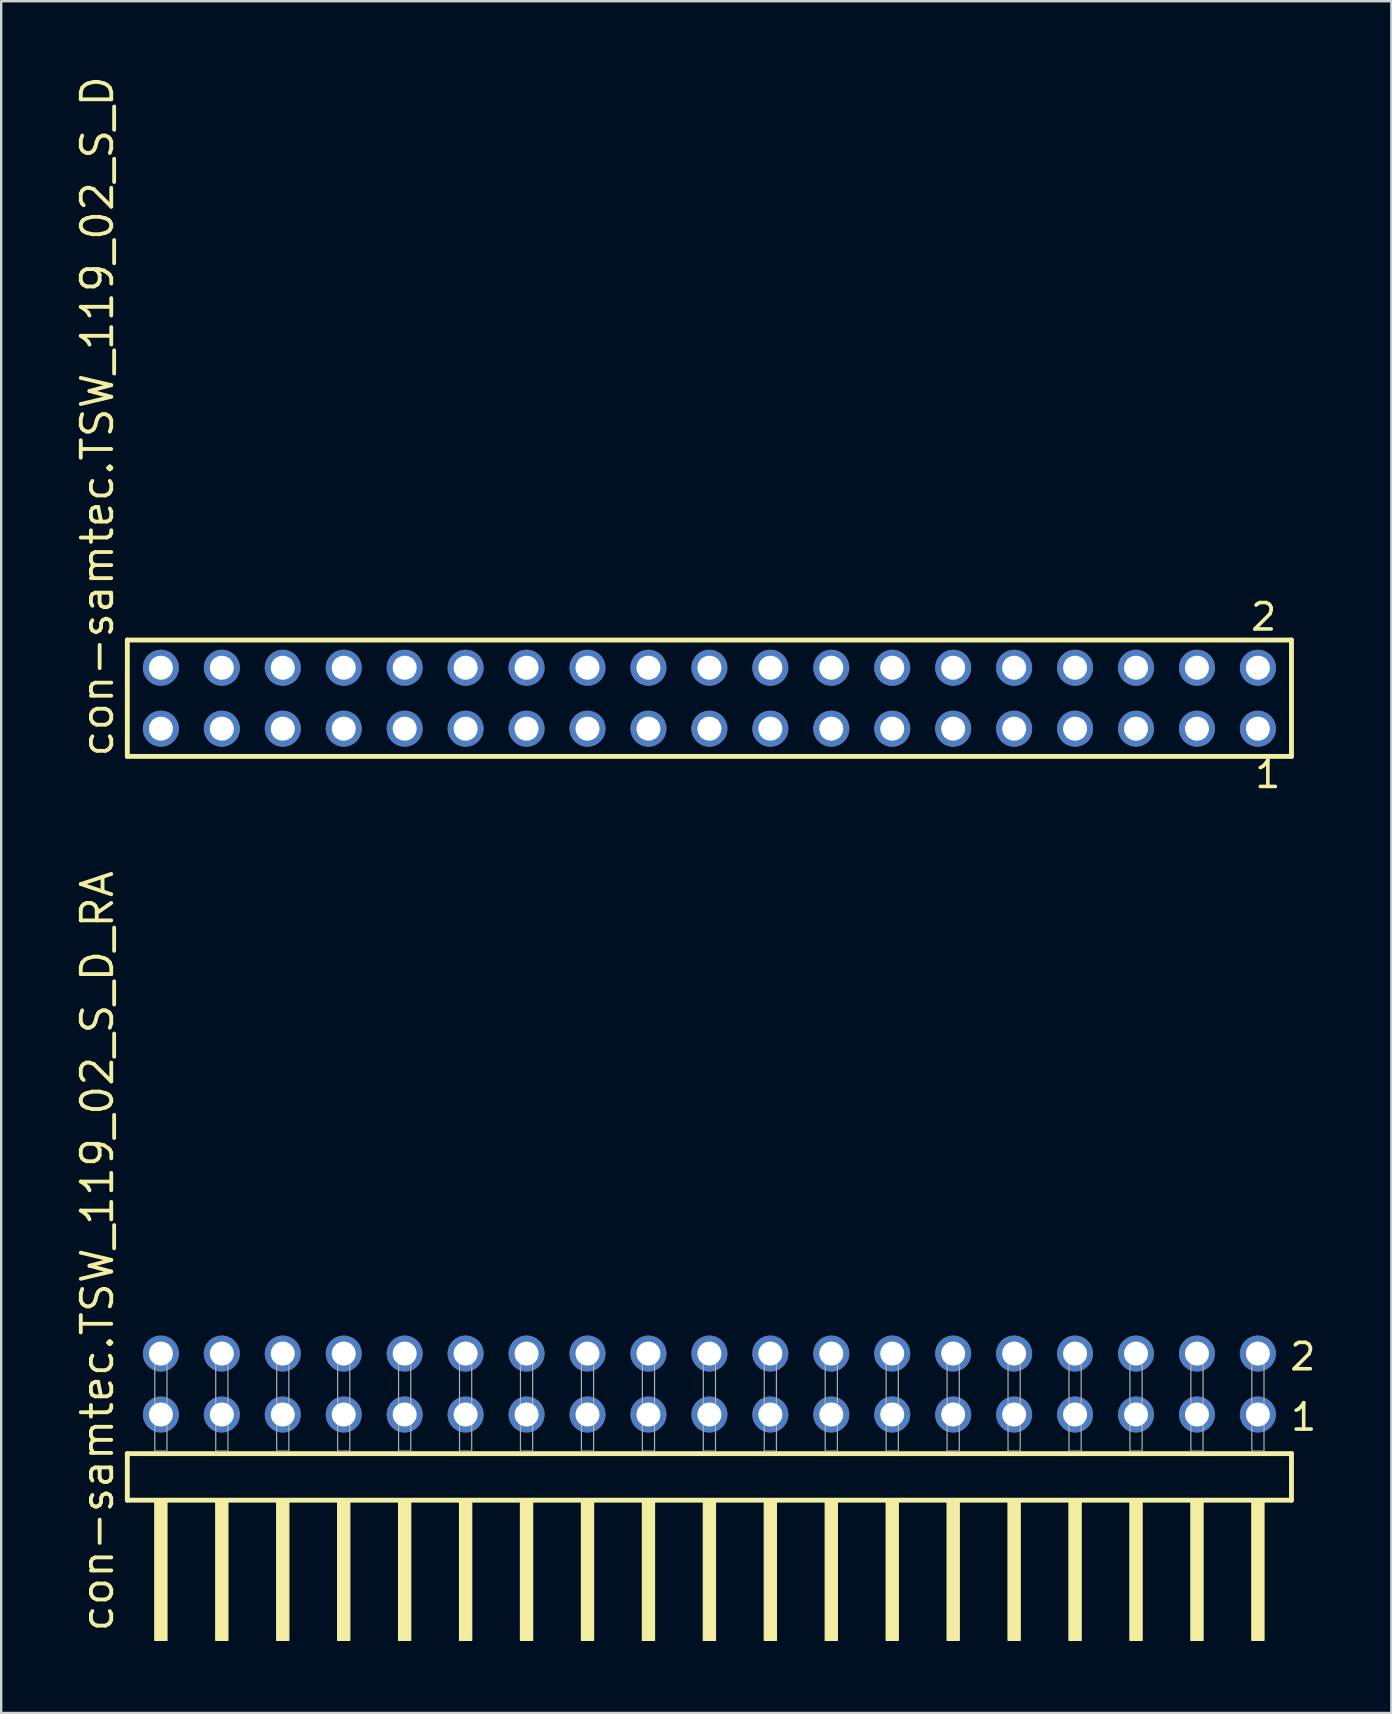
<source format=kicad_pcb>
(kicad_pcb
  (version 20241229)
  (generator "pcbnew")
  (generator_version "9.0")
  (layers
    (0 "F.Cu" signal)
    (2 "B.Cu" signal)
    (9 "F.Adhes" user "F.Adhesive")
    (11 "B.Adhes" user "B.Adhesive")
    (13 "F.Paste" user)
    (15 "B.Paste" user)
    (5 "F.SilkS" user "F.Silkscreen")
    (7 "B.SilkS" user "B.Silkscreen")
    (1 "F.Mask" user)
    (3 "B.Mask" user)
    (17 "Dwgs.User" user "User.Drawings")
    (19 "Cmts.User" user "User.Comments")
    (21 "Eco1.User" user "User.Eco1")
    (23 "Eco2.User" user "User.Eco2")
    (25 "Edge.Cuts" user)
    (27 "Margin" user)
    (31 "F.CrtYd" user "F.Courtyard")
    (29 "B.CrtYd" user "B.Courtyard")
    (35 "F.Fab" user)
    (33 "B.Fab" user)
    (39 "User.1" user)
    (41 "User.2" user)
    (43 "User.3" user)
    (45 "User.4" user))
  (footprint "con-samtec.TSW_119_02_S_D_RA"
    (layer "F.Cu")
    (at 26.515 57.426)
    (property "Reference" "con-samtec.TSW_119_02_S_D_RA" (at -24.765 7.62 90) (layer "F.SilkS") (effects (font (size 1.27 1.27) (thickness 0.16)) (justify left bottom)))
    (attr through_hole)
    (fp_line (start -24.259 0.106) (end -24.259 2.046) (stroke (width 0.203) (type default)) (layer "F.SilkS"))
    (fp_line (start -24.259 2.046) (end 24.259 2.046) (stroke (width 0.203) (type default)) (layer "F.SilkS"))
    (fp_line (start 24.259 0.106) (end -24.259 0.106) (stroke (width 0.203) (type default)) (layer "F.SilkS"))
    (fp_line (start 24.259 2.046) (end 24.259 0.106) (stroke (width 0.203) (type default)) (layer "F.SilkS"))
    (fp_rect (start -23.114 7.89) (end -22.606 2.04) (stroke (width 0.05) (type default)) (fill yes) (layer "F.SilkS"))
    (fp_rect (start -20.574 7.89) (end -20.066 2.04) (stroke (width 0.05) (type default)) (fill yes) (layer "F.SilkS"))
    (fp_rect (start -18.034 7.89) (end -17.526 2.04) (stroke (width 0.05) (type default)) (fill yes) (layer "F.SilkS"))
    (fp_rect (start -15.494 7.89) (end -14.986 2.04) (stroke (width 0.05) (type default)) (fill yes) (layer "F.SilkS"))
    (fp_rect (start -12.954 7.89) (end -12.446 2.04) (stroke (width 0.05) (type default)) (fill yes) (layer "F.SilkS"))
    (fp_rect (start -10.414 7.89) (end -9.906 2.04) (stroke (width 0.05) (type default)) (fill yes) (layer "F.SilkS"))
    (fp_rect (start -7.874 7.89) (end -7.366 2.04) (stroke (width 0.05) (type default)) (fill yes) (layer "F.SilkS"))
    (fp_rect (start -5.334 7.89) (end -4.826 2.04) (stroke (width 0.05) (type default)) (fill yes) (layer "F.SilkS"))
    (fp_rect (start -2.794 7.89) (end -2.286 2.04) (stroke (width 0.05) (type default)) (fill yes) (layer "F.SilkS"))
    (fp_rect (start -0.254 7.89) (end 0.254 2.04) (stroke (width 0.05) (type default)) (fill yes) (layer "F.SilkS"))
    (fp_rect (start 2.286 7.89) (end 2.794 2.04) (stroke (width 0.05) (type default)) (fill yes) (layer "F.SilkS"))
    (fp_rect (start 4.826 7.89) (end 5.334 2.04) (stroke (width 0.05) (type default)) (fill yes) (layer "F.SilkS"))
    (fp_rect (start 7.366 7.89) (end 7.874 2.04) (stroke (width 0.05) (type default)) (fill yes) (layer "F.SilkS"))
    (fp_rect (start 9.906 7.89) (end 10.414 2.04) (stroke (width 0.05) (type default)) (fill yes) (layer "F.SilkS"))
    (fp_rect (start 12.446 7.89) (end 12.954 2.04) (stroke (width 0.05) (type default)) (fill yes) (layer "F.SilkS"))
    (fp_rect (start 14.986 7.89) (end 15.494 2.04) (stroke (width 0.05) (type default)) (fill yes) (layer "F.SilkS"))
    (fp_rect (start 17.526 7.89) (end 18.034 2.04) (stroke (width 0.05) (type default)) (fill yes) (layer "F.SilkS"))
    (fp_rect (start 20.066 7.89) (end 20.574 2.04) (stroke (width 0.05) (type default)) (fill yes) (layer "F.SilkS"))
    (fp_rect (start 22.606 7.89) (end 23.114 2.04) (stroke (width 0.05) (type default)) (fill yes) (layer "F.SilkS"))
    (fp_rect (start -23.114 0) (end -22.606 -4.318) (stroke (width 0.05) (type default)) (fill no) (layer "F.Fab"))
    (fp_rect (start -20.574 0) (end -20.066 -4.318) (stroke (width 0.05) (type default)) (fill no) (layer "F.Fab"))
    (fp_rect (start -18.034 0) (end -17.526 -4.318) (stroke (width 0.05) (type default)) (fill no) (layer "F.Fab"))
    (fp_rect (start -15.494 0) (end -14.986 -4.318) (stroke (width 0.05) (type default)) (fill no) (layer "F.Fab"))
    (fp_rect (start -12.954 0) (end -12.446 -4.318) (stroke (width 0.05) (type default)) (fill no) (layer "F.Fab"))
    (fp_rect (start -10.414 0) (end -9.906 -4.318) (stroke (width 0.05) (type default)) (fill no) (layer "F.Fab"))
    (fp_rect (start -7.874 0) (end -7.366 -4.318) (stroke (width 0.05) (type default)) (fill no) (layer "F.Fab"))
    (fp_rect (start -5.334 0) (end -4.826 -4.318) (stroke (width 0.05) (type default)) (fill no) (layer "F.Fab"))
    (fp_rect (start -2.794 0) (end -2.286 -4.318) (stroke (width 0.05) (type default)) (fill no) (layer "F.Fab"))
    (fp_rect (start -0.254 0) (end 0.254 -4.318) (stroke (width 0.05) (type default)) (fill no) (layer "F.Fab"))
    (fp_rect (start 2.286 0) (end 2.794 -4.318) (stroke (width 0.05) (type default)) (fill no) (layer "F.Fab"))
    (fp_rect (start 4.826 0) (end 5.334 -4.318) (stroke (width 0.05) (type default)) (fill no) (layer "F.Fab"))
    (fp_rect (start 7.366 0) (end 7.874 -4.318) (stroke (width 0.05) (type default)) (fill no) (layer "F.Fab"))
    (fp_rect (start 9.906 0) (end 10.414 -4.318) (stroke (width 0.05) (type default)) (fill no) (layer "F.Fab"))
    (fp_rect (start 12.446 0) (end 12.954 -4.318) (stroke (width 0.05) (type default)) (fill no) (layer "F.Fab"))
    (fp_rect (start 14.986 0) (end 15.494 -4.318) (stroke (width 0.05) (type default)) (fill no) (layer "F.Fab"))
    (fp_rect (start 17.526 0) (end 18.034 -4.318) (stroke (width 0.05) (type default)) (fill no) (layer "F.Fab"))
    (fp_rect (start 20.066 0) (end 20.574 -4.318) (stroke (width 0.05) (type default)) (fill no) (layer "F.Fab"))
    (fp_rect (start 22.606 0) (end 23.114 -4.318) (stroke (width 0.05) (type default)) (fill no) (layer "F.Fab"))
    (fp_text user "2" (at 24.11 -3.29 0) (layer "F.SilkS") (effects (font (size 1.1 1.1) (thickness 0.15)) (justify left bottom)))
    (fp_text user "1" (at 24.145 -0.775 0) (layer "F.SilkS") (effects (font (size 1.1 1.1) (thickness 0.15)) (justify left bottom)))
    (pad "1" thru_hole circle (at 22.86 -1.524 180) (size 1.5 1.5) (drill 1) (layers "*.Cu" "*.Mask"))
    (pad "2" thru_hole circle (at 22.86 -4.064 180) (size 1.5 1.5) (drill 1) (layers "*.Cu" "*.Mask"))
    (pad "3" thru_hole circle (at 20.32 -1.524 180) (size 1.5 1.5) (drill 1) (layers "*.Cu" "*.Mask"))
    (pad "4" thru_hole circle (at 20.32 -4.064 180) (size 1.5 1.5) (drill 1) (layers "*.Cu" "*.Mask"))
    (pad "5" thru_hole circle (at 17.78 -1.524 180) (size 1.5 1.5) (drill 1) (layers "*.Cu" "*.Mask"))
    (pad "6" thru_hole circle (at 17.78 -4.064 180) (size 1.5 1.5) (drill 1) (layers "*.Cu" "*.Mask"))
    (pad "7" thru_hole circle (at 15.24 -1.524 180) (size 1.5 1.5) (drill 1) (layers "*.Cu" "*.Mask"))
    (pad "8" thru_hole circle (at 15.24 -4.064 180) (size 1.5 1.5) (drill 1) (layers "*.Cu" "*.Mask"))
    (pad "9" thru_hole circle (at 12.7 -1.524 180) (size 1.5 1.5) (drill 1) (layers "*.Cu" "*.Mask"))
    (pad "10" thru_hole circle (at 12.7 -4.064 180) (size 1.5 1.5) (drill 1) (layers "*.Cu" "*.Mask"))
    (pad "11" thru_hole circle (at 10.16 -1.524 180) (size 1.5 1.5) (drill 1) (layers "*.Cu" "*.Mask"))
    (pad "12" thru_hole circle (at 10.16 -4.064 180) (size 1.5 1.5) (drill 1) (layers "*.Cu" "*.Mask"))
    (pad "13" thru_hole circle (at 7.62 -1.524 180) (size 1.5 1.5) (drill 1) (layers "*.Cu" "*.Mask"))
    (pad "14" thru_hole circle (at 7.62 -4.064 180) (size 1.5 1.5) (drill 1) (layers "*.Cu" "*.Mask"))
    (pad "15" thru_hole circle (at 5.08 -1.524 180) (size 1.5 1.5) (drill 1) (layers "*.Cu" "*.Mask"))
    (pad "16" thru_hole circle (at 5.08 -4.064 180) (size 1.5 1.5) (drill 1) (layers "*.Cu" "*.Mask"))
    (pad "17" thru_hole circle (at 2.54 -1.524 180) (size 1.5 1.5) (drill 1) (layers "*.Cu" "*.Mask"))
    (pad "18" thru_hole circle (at 2.54 -4.064 180) (size 1.5 1.5) (drill 1) (layers "*.Cu" "*.Mask"))
    (pad "19" thru_hole circle (at 0 -1.524 180) (size 1.5 1.5) (drill 1) (layers "*.Cu" "*.Mask"))
    (pad "20" thru_hole circle (at 0 -4.064 180) (size 1.5 1.5) (drill 1) (layers "*.Cu" "*.Mask"))
    (pad "21" thru_hole circle (at -2.54 -1.524 180) (size 1.5 1.5) (drill 1) (layers "*.Cu" "*.Mask"))
    (pad "22" thru_hole circle (at -2.54 -4.064 180) (size 1.5 1.5) (drill 1) (layers "*.Cu" "*.Mask"))
    (pad "23" thru_hole circle (at -5.08 -1.524 180) (size 1.5 1.5) (drill 1) (layers "*.Cu" "*.Mask"))
    (pad "24" thru_hole circle (at -5.08 -4.064 180) (size 1.5 1.5) (drill 1) (layers "*.Cu" "*.Mask"))
    (pad "25" thru_hole circle (at -7.62 -1.524 180) (size 1.5 1.5) (drill 1) (layers "*.Cu" "*.Mask"))
    (pad "26" thru_hole circle (at -7.62 -4.064 180) (size 1.5 1.5) (drill 1) (layers "*.Cu" "*.Mask"))
    (pad "27" thru_hole circle (at -10.16 -1.524 180) (size 1.5 1.5) (drill 1) (layers "*.Cu" "*.Mask"))
    (pad "28" thru_hole circle (at -10.16 -4.064 180) (size 1.5 1.5) (drill 1) (layers "*.Cu" "*.Mask"))
    (pad "29" thru_hole circle (at -12.7 -1.524 180) (size 1.5 1.5) (drill 1) (layers "*.Cu" "*.Mask"))
    (pad "30" thru_hole circle (at -12.7 -4.064 180) (size 1.5 1.5) (drill 1) (layers "*.Cu" "*.Mask"))
    (pad "31" thru_hole circle (at -15.24 -1.524 180) (size 1.5 1.5) (drill 1) (layers "*.Cu" "*.Mask"))
    (pad "32" thru_hole circle (at -15.24 -4.064 180) (size 1.5 1.5) (drill 1) (layers "*.Cu" "*.Mask"))
    (pad "33" thru_hole circle (at -17.78 -1.524 180) (size 1.5 1.5) (drill 1) (layers "*.Cu" "*.Mask"))
    (pad "34" thru_hole circle (at -17.78 -4.064 180) (size 1.5 1.5) (drill 1) (layers "*.Cu" "*.Mask"))
    (pad "35" thru_hole circle (at -20.32 -1.524 180) (size 1.5 1.5) (drill 1) (layers "*.Cu" "*.Mask"))
    (pad "36" thru_hole circle (at -20.32 -4.064 180) (size 1.5 1.5) (drill 1) (layers "*.Cu" "*.Mask"))
    (pad "37" thru_hole circle (at -22.86 -1.524 180) (size 1.5 1.5) (drill 1) (layers "*.Cu" "*.Mask"))
    (pad "38" thru_hole circle (at -22.86 -4.064 180) (size 1.5 1.5) (drill 1) (layers "*.Cu" "*.Mask")))
  (footprint "con-samtec.TSW_119_02_S_D"
    (layer "F.Cu")
    (at 26.515 26.049)
    (property "Reference" "con-samtec.TSW_119_02_S_D" (at -24.765 2.54 90) (layer "F.SilkS") (effects (font (size 1.27 1.27) (thickness 0.16)) (justify left bottom)))
    (attr through_hole)
    (fp_line (start -24.259 -2.425) (end 24.259 -2.425) (stroke (width 0.203) (type default)) (layer "F.SilkS"))
    (fp_line (start -24.259 2.425) (end -24.259 -2.425) (stroke (width 0.203) (type default)) (layer "F.SilkS"))
    (fp_line (start 24.259 -2.425) (end 24.259 2.425) (stroke (width 0.203) (type default)) (layer "F.SilkS"))
    (fp_line (start 24.259 2.425) (end -24.259 2.425) (stroke (width 0.203) (type default)) (layer "F.SilkS"))
    (fp_rect (start -23.21 -0.92) (end -22.51 -1.62) (stroke (width 0.05) (type default)) (fill no) (layer "F.Fab"))
    (fp_rect (start -23.21 1.62) (end -22.51 0.92) (stroke (width 0.05) (type default)) (fill no) (layer "F.Fab"))
    (fp_rect (start -20.67 -0.92) (end -19.97 -1.62) (stroke (width 0.05) (type default)) (fill no) (layer "F.Fab"))
    (fp_rect (start -20.67 1.62) (end -19.97 0.92) (stroke (width 0.05) (type default)) (fill no) (layer "F.Fab"))
    (fp_rect (start -18.13 -0.92) (end -17.43 -1.62) (stroke (width 0.05) (type default)) (fill no) (layer "F.Fab"))
    (fp_rect (start -18.13 1.62) (end -17.43 0.92) (stroke (width 0.05) (type default)) (fill no) (layer "F.Fab"))
    (fp_rect (start -15.59 -0.92) (end -14.89 -1.62) (stroke (width 0.05) (type default)) (fill no) (layer "F.Fab"))
    (fp_rect (start -15.59 1.62) (end -14.89 0.92) (stroke (width 0.05) (type default)) (fill no) (layer "F.Fab"))
    (fp_rect (start -13.05 -0.92) (end -12.35 -1.62) (stroke (width 0.05) (type default)) (fill no) (layer "F.Fab"))
    (fp_rect (start -13.05 1.62) (end -12.35 0.92) (stroke (width 0.05) (type default)) (fill no) (layer "F.Fab"))
    (fp_rect (start -10.51 -0.92) (end -9.81 -1.62) (stroke (width 0.05) (type default)) (fill no) (layer "F.Fab"))
    (fp_rect (start -10.51 1.62) (end -9.81 0.92) (stroke (width 0.05) (type default)) (fill no) (layer "F.Fab"))
    (fp_rect (start -7.97 -0.92) (end -7.27 -1.62) (stroke (width 0.05) (type default)) (fill no) (layer "F.Fab"))
    (fp_rect (start -7.97 1.62) (end -7.27 0.92) (stroke (width 0.05) (type default)) (fill no) (layer "F.Fab"))
    (fp_rect (start -5.43 -0.92) (end -4.73 -1.62) (stroke (width 0.05) (type default)) (fill no) (layer "F.Fab"))
    (fp_rect (start -5.43 1.62) (end -4.73 0.92) (stroke (width 0.05) (type default)) (fill no) (layer "F.Fab"))
    (fp_rect (start -2.89 -0.92) (end -2.19 -1.62) (stroke (width 0.05) (type default)) (fill no) (layer "F.Fab"))
    (fp_rect (start -2.89 1.62) (end -2.19 0.92) (stroke (width 0.05) (type default)) (fill no) (layer "F.Fab"))
    (fp_rect (start -0.35 -0.92) (end 0.35 -1.62) (stroke (width 0.05) (type default)) (fill no) (layer "F.Fab"))
    (fp_rect (start -0.35 1.62) (end 0.35 0.92) (stroke (width 0.05) (type default)) (fill no) (layer "F.Fab"))
    (fp_rect (start 2.19 -0.92) (end 2.89 -1.62) (stroke (width 0.05) (type default)) (fill no) (layer "F.Fab"))
    (fp_rect (start 2.19 1.62) (end 2.89 0.92) (stroke (width 0.05) (type default)) (fill no) (layer "F.Fab"))
    (fp_rect (start 4.73 -0.92) (end 5.43 -1.62) (stroke (width 0.05) (type default)) (fill no) (layer "F.Fab"))
    (fp_rect (start 4.73 1.62) (end 5.43 0.92) (stroke (width 0.05) (type default)) (fill no) (layer "F.Fab"))
    (fp_rect (start 7.27 -0.92) (end 7.97 -1.62) (stroke (width 0.05) (type default)) (fill no) (layer "F.Fab"))
    (fp_rect (start 7.27 1.62) (end 7.97 0.92) (stroke (width 0.05) (type default)) (fill no) (layer "F.Fab"))
    (fp_rect (start 9.81 -0.92) (end 10.51 -1.62) (stroke (width 0.05) (type default)) (fill no) (layer "F.Fab"))
    (fp_rect (start 9.81 1.62) (end 10.51 0.92) (stroke (width 0.05) (type default)) (fill no) (layer "F.Fab"))
    (fp_rect (start 12.35 -0.92) (end 13.05 -1.62) (stroke (width 0.05) (type default)) (fill no) (layer "F.Fab"))
    (fp_rect (start 12.35 1.62) (end 13.05 0.92) (stroke (width 0.05) (type default)) (fill no) (layer "F.Fab"))
    (fp_rect (start 14.89 -0.92) (end 15.59 -1.62) (stroke (width 0.05) (type default)) (fill no) (layer "F.Fab"))
    (fp_rect (start 14.89 1.62) (end 15.59 0.92) (stroke (width 0.05) (type default)) (fill no) (layer "F.Fab"))
    (fp_rect (start 17.43 -0.92) (end 18.13 -1.62) (stroke (width 0.05) (type default)) (fill no) (layer "F.Fab"))
    (fp_rect (start 17.43 1.62) (end 18.13 0.92) (stroke (width 0.05) (type default)) (fill no) (layer "F.Fab"))
    (fp_rect (start 19.97 -0.92) (end 20.67 -1.62) (stroke (width 0.05) (type default)) (fill no) (layer "F.Fab"))
    (fp_rect (start 19.97 1.62) (end 20.67 0.92) (stroke (width 0.05) (type default)) (fill no) (layer "F.Fab"))
    (fp_rect (start 22.51 -0.92) (end 23.21 -1.62) (stroke (width 0.05) (type default)) (fill no) (layer "F.Fab"))
    (fp_rect (start 22.51 1.62) (end 23.21 0.92) (stroke (width 0.05) (type default)) (fill no) (layer "F.Fab"))
    (fp_text user "1" (at 22.652 3.818 0) (layer "F.SilkS") (effects (font (size 1.1 1.1) (thickness 0.15)) (justify left bottom)))
    (fp_text user "2" (at 22.477 -2.744 0) (layer "F.SilkS") (effects (font (size 1.1 1.1) (thickness 0.15)) (justify left bottom)))
    (pad "1" thru_hole circle (at 22.86 1.27 180) (size 1.5 1.5) (drill 1) (layers "*.Cu" "*.Mask"))
    (pad "2" thru_hole circle (at 22.86 -1.27 180) (size 1.5 1.5) (drill 1) (layers "*.Cu" "*.Mask"))
    (pad "3" thru_hole circle (at 20.32 1.27 180) (size 1.5 1.5) (drill 1) (layers "*.Cu" "*.Mask"))
    (pad "4" thru_hole circle (at 20.32 -1.27 180) (size 1.5 1.5) (drill 1) (layers "*.Cu" "*.Mask"))
    (pad "5" thru_hole circle (at 17.78 1.27 180) (size 1.5 1.5) (drill 1) (layers "*.Cu" "*.Mask"))
    (pad "6" thru_hole circle (at 17.78 -1.27 180) (size 1.5 1.5) (drill 1) (layers "*.Cu" "*.Mask"))
    (pad "7" thru_hole circle (at 15.24 1.27 180) (size 1.5 1.5) (drill 1) (layers "*.Cu" "*.Mask"))
    (pad "8" thru_hole circle (at 15.24 -1.27 180) (size 1.5 1.5) (drill 1) (layers "*.Cu" "*.Mask"))
    (pad "9" thru_hole circle (at 12.7 1.27 180) (size 1.5 1.5) (drill 1) (layers "*.Cu" "*.Mask"))
    (pad "10" thru_hole circle (at 12.7 -1.27 180) (size 1.5 1.5) (drill 1) (layers "*.Cu" "*.Mask"))
    (pad "11" thru_hole circle (at 10.16 1.27 180) (size 1.5 1.5) (drill 1) (layers "*.Cu" "*.Mask"))
    (pad "12" thru_hole circle (at 10.16 -1.27 180) (size 1.5 1.5) (drill 1) (layers "*.Cu" "*.Mask"))
    (pad "13" thru_hole circle (at 7.62 1.27 180) (size 1.5 1.5) (drill 1) (layers "*.Cu" "*.Mask"))
    (pad "14" thru_hole circle (at 7.62 -1.27 180) (size 1.5 1.5) (drill 1) (layers "*.Cu" "*.Mask"))
    (pad "15" thru_hole circle (at 5.08 1.27 180) (size 1.5 1.5) (drill 1) (layers "*.Cu" "*.Mask"))
    (pad "16" thru_hole circle (at 5.08 -1.27 180) (size 1.5 1.5) (drill 1) (layers "*.Cu" "*.Mask"))
    (pad "17" thru_hole circle (at 2.54 1.27 180) (size 1.5 1.5) (drill 1) (layers "*.Cu" "*.Mask"))
    (pad "18" thru_hole circle (at 2.54 -1.27 180) (size 1.5 1.5) (drill 1) (layers "*.Cu" "*.Mask"))
    (pad "19" thru_hole circle (at 0 1.27 180) (size 1.5 1.5) (drill 1) (layers "*.Cu" "*.Mask"))
    (pad "20" thru_hole circle (at 0 -1.27 180) (size 1.5 1.5) (drill 1) (layers "*.Cu" "*.Mask"))
    (pad "21" thru_hole circle (at -2.54 1.27 180) (size 1.5 1.5) (drill 1) (layers "*.Cu" "*.Mask"))
    (pad "22" thru_hole circle (at -2.54 -1.27 180) (size 1.5 1.5) (drill 1) (layers "*.Cu" "*.Mask"))
    (pad "23" thru_hole circle (at -5.08 1.27 180) (size 1.5 1.5) (drill 1) (layers "*.Cu" "*.Mask"))
    (pad "24" thru_hole circle (at -5.08 -1.27 180) (size 1.5 1.5) (drill 1) (layers "*.Cu" "*.Mask"))
    (pad "25" thru_hole circle (at -7.62 1.27 180) (size 1.5 1.5) (drill 1) (layers "*.Cu" "*.Mask"))
    (pad "26" thru_hole circle (at -7.62 -1.27 180) (size 1.5 1.5) (drill 1) (layers "*.Cu" "*.Mask"))
    (pad "27" thru_hole circle (at -10.16 1.27 180) (size 1.5 1.5) (drill 1) (layers "*.Cu" "*.Mask"))
    (pad "28" thru_hole circle (at -10.16 -1.27 180) (size 1.5 1.5) (drill 1) (layers "*.Cu" "*.Mask"))
    (pad "29" thru_hole circle (at -12.7 1.27 180) (size 1.5 1.5) (drill 1) (layers "*.Cu" "*.Mask"))
    (pad "30" thru_hole circle (at -12.7 -1.27 180) (size 1.5 1.5) (drill 1) (layers "*.Cu" "*.Mask"))
    (pad "31" thru_hole circle (at -15.24 1.27 180) (size 1.5 1.5) (drill 1) (layers "*.Cu" "*.Mask"))
    (pad "32" thru_hole circle (at -15.24 -1.27 180) (size 1.5 1.5) (drill 1) (layers "*.Cu" "*.Mask"))
    (pad "33" thru_hole circle (at -17.78 1.27 180) (size 1.5 1.5) (drill 1) (layers "*.Cu" "*.Mask"))
    (pad "34" thru_hole circle (at -17.78 -1.27 180) (size 1.5 1.5) (drill 1) (layers "*.Cu" "*.Mask"))
    (pad "35" thru_hole circle (at -20.32 1.27 180) (size 1.5 1.5) (drill 1) (layers "*.Cu" "*.Mask"))
    (pad "36" thru_hole circle (at -20.32 -1.27 180) (size 1.5 1.5) (drill 1) (layers "*.Cu" "*.Mask"))
    (pad "37" thru_hole circle (at -22.86 1.27 180) (size 1.5 1.5) (drill 1) (layers "*.Cu" "*.Mask"))
    (pad "38" thru_hole circle (at -22.86 -1.27 180) (size 1.5 1.5) (drill 1) (layers "*.Cu" "*.Mask")))
  (gr_rect
    (start -3 -3)
    (end 54.938 68.341)
    (stroke (width 0.1) (type default))
    (fill no)
    (layer "Edge.Cuts")))
</source>
